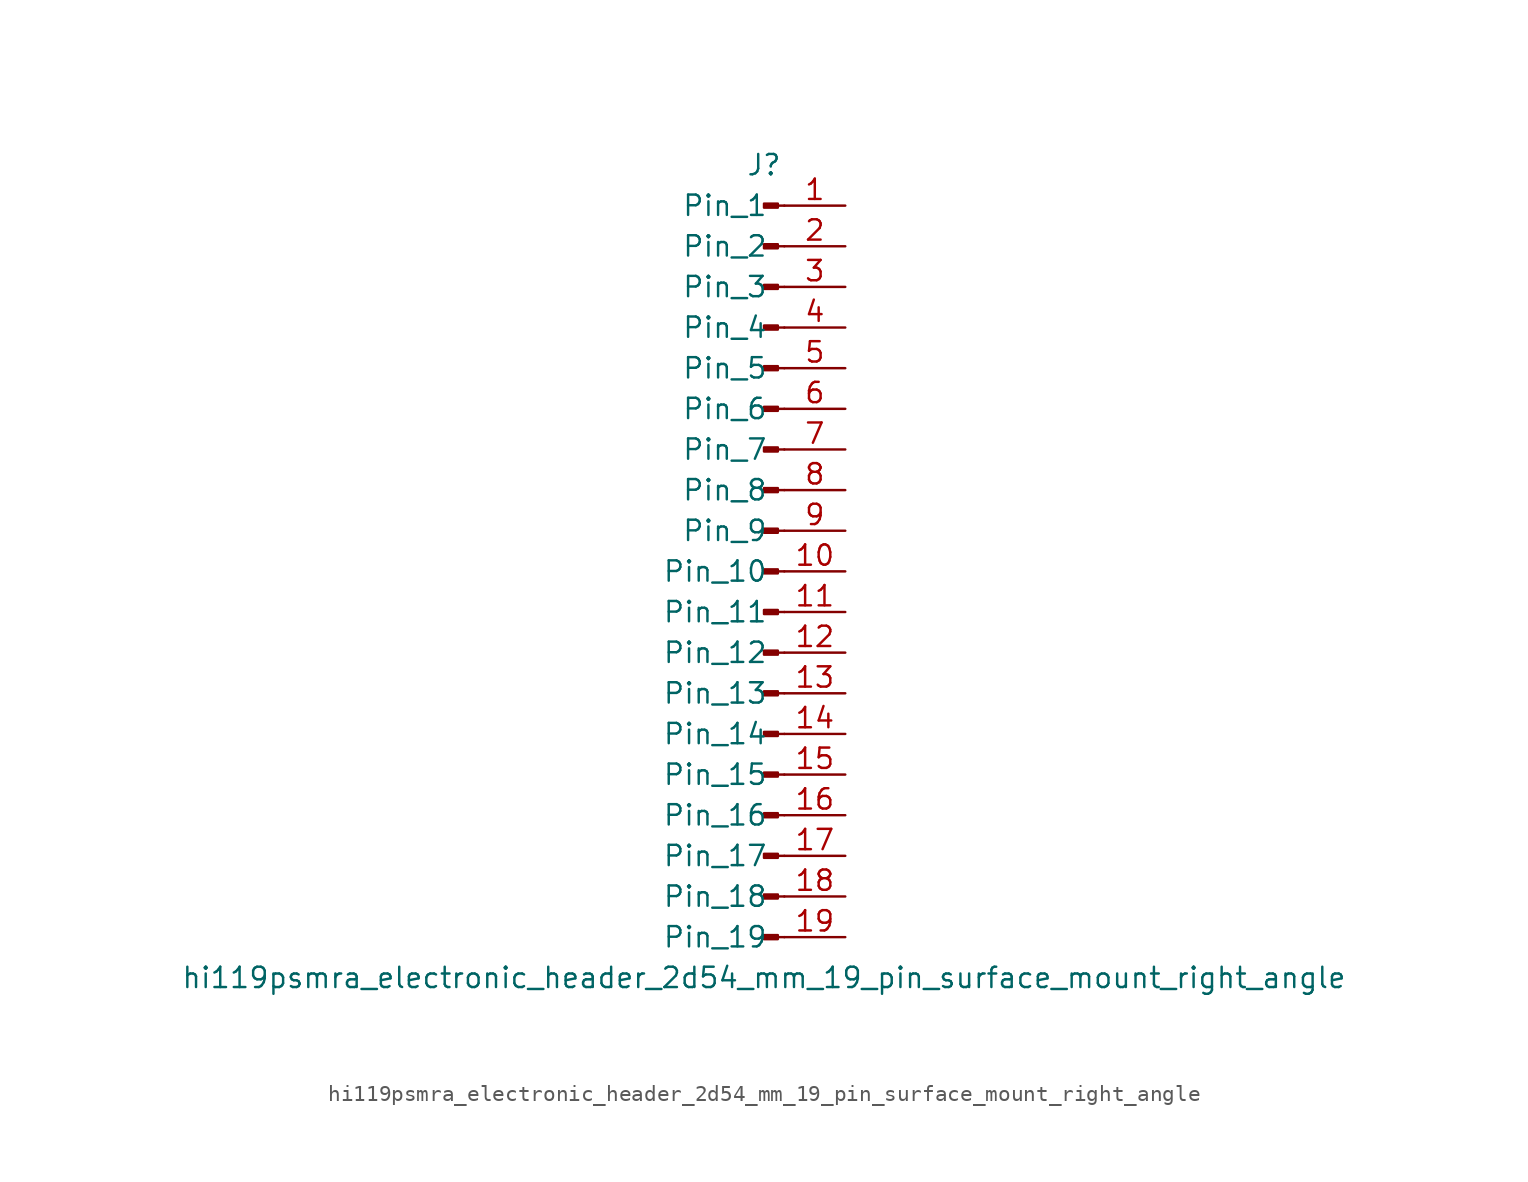
<source format=kicad_sym>
(kicad_symbol_lib
  (version 20220914)
  (generator kicad_symbol_editor)
  (symbol "hi119psmra_electronic_header_2d54_mm_19_pin_surface_mount_right_angle"
    (pin_names
      (offset 1.016))
    (property "Reference" "J"
      (at 0 25.4 0)
      (effects (font (size 1.27 1.27))))
    (property "Value" "hi119psmra_electronic_header_2d54_mm_19_pin_surface_mount_right_angle"
      (at 0 -25.4 0)
      (effects (font (size 1.27 1.27))))
    (property "ki_locked" ""
      (at 0 0 0)
      (effects (font (size 1.27 1.27))))
    (symbol "hi119psmra_electronic_header_2d54_mm_19_pin_surface_mount_right_angle_1_1"
      (polyline (pts (xy 1.27 -22.86) (xy 0.864 -22.86)) (stroke (width 0.152) (type default)) (fill (type none)))
      (polyline (pts (xy 1.27 -20.32) (xy 0.864 -20.32)) (stroke (width 0.152) (type default)) (fill (type none)))
      (polyline (pts (xy 1.27 -17.78) (xy 0.864 -17.78)) (stroke (width 0.152) (type default)) (fill (type none)))
      (polyline (pts (xy 1.27 -15.24) (xy 0.864 -15.24)) (stroke (width 0.152) (type default)) (fill (type none)))
      (polyline (pts (xy 1.27 -12.7) (xy 0.864 -12.7)) (stroke (width 0.152) (type default)) (fill (type none)))
      (polyline (pts (xy 1.27 -10.16) (xy 0.864 -10.16)) (stroke (width 0.152) (type default)) (fill (type none)))
      (polyline (pts (xy 1.27 -7.62) (xy 0.864 -7.62)) (stroke (width 0.152) (type default)) (fill (type none)))
      (polyline (pts (xy 1.27 -5.08) (xy 0.864 -5.08)) (stroke (width 0.152) (type default)) (fill (type none)))
      (polyline (pts (xy 1.27 -2.54) (xy 0.864 -2.54)) (stroke (width 0.152) (type default)) (fill (type none)))
      (polyline (pts (xy 1.27 0) (xy 0.864 0)) (stroke (width 0.152) (type default)) (fill (type none)))
      (polyline (pts (xy 1.27 2.54) (xy 0.864 2.54)) (stroke (width 0.152) (type default)) (fill (type none)))
      (polyline (pts (xy 1.27 5.08) (xy 0.864 5.08)) (stroke (width 0.152) (type default)) (fill (type none)))
      (polyline (pts (xy 1.27 7.62) (xy 0.864 7.62)) (stroke (width 0.152) (type default)) (fill (type none)))
      (polyline (pts (xy 1.27 10.16) (xy 0.864 10.16)) (stroke (width 0.152) (type default)) (fill (type none)))
      (polyline (pts (xy 1.27 12.7) (xy 0.864 12.7)) (stroke (width 0.152) (type default)) (fill (type none)))
      (polyline (pts (xy 1.27 15.24) (xy 0.864 15.24)) (stroke (width 0.152) (type default)) (fill (type none)))
      (polyline (pts (xy 1.27 17.78) (xy 0.864 17.78)) (stroke (width 0.152) (type default)) (fill (type none)))
      (polyline (pts (xy 1.27 20.32) (xy 0.864 20.32)) (stroke (width 0.152) (type default)) (fill (type none)))
      (polyline (pts (xy 1.27 22.86) (xy 0.864 22.86)) (stroke (width 0.152) (type default)) (fill (type none)))
      (rectangle (start 0.864 -22.733) (end 0 -22.987) (stroke (width 0.152) (type default)) (fill (type outline)))
      (rectangle (start 0.864 -20.193) (end 0 -20.447) (stroke (width 0.152) (type default)) (fill (type outline)))
      (rectangle (start 0.864 -17.653) (end 0 -17.907) (stroke (width 0.152) (type default)) (fill (type outline)))
      (rectangle (start 0.864 -15.113) (end 0 -15.367) (stroke (width 0.152) (type default)) (fill (type outline)))
      (rectangle (start 0.864 -12.573) (end 0 -12.827) (stroke (width 0.152) (type default)) (fill (type outline)))
      (rectangle (start 0.864 -10.033) (end 0 -10.287) (stroke (width 0.152) (type default)) (fill (type outline)))
      (rectangle (start 0.864 -7.493) (end 0 -7.747) (stroke (width 0.152) (type default)) (fill (type outline)))
      (rectangle (start 0.864 -4.953) (end 0 -5.207) (stroke (width 0.152) (type default)) (fill (type outline)))
      (rectangle (start 0.864 -2.413) (end 0 -2.667) (stroke (width 0.152) (type default)) (fill (type outline)))
      (rectangle (start 0.864 0.127) (end 0 -0.127) (stroke (width 0.152) (type default)) (fill (type outline)))
      (rectangle (start 0.864 2.667) (end 0 2.413) (stroke (width 0.152) (type default)) (fill (type outline)))
      (rectangle (start 0.864 5.207) (end 0 4.953) (stroke (width 0.152) (type default)) (fill (type outline)))
      (rectangle (start 0.864 7.747) (end 0 7.493) (stroke (width 0.152) (type default)) (fill (type outline)))
      (rectangle (start 0.864 10.287) (end 0 10.033) (stroke (width 0.152) (type default)) (fill (type outline)))
      (rectangle (start 0.864 12.827) (end 0 12.573) (stroke (width 0.152) (type default)) (fill (type outline)))
      (rectangle (start 0.864 15.367) (end 0 15.113) (stroke (width 0.152) (type default)) (fill (type outline)))
      (rectangle (start 0.864 17.907) (end 0 17.653) (stroke (width 0.152) (type default)) (fill (type outline)))
      (rectangle (start 0.864 20.447) (end 0 20.193) (stroke (width 0.152) (type default)) (fill (type outline)))
      (rectangle (start 0.864 22.987) (end 0 22.733) (stroke (width 0.152) (type default)) (fill (type outline)))
      (pin passive line (at 5.08 22.86 180) (length 3.81) (name "Pin_1" (effects (font (size 1.27 1.27)))) (number "1" (effects (font (size 1.27 1.27)))))
      (pin passive line (at 5.08 0 180) (length 3.81) (name "Pin_10" (effects (font (size 1.27 1.27)))) (number "10" (effects (font (size 1.27 1.27)))))
      (pin passive line (at 5.08 -2.54 180) (length 3.81) (name "Pin_11" (effects (font (size 1.27 1.27)))) (number "11" (effects (font (size 1.27 1.27)))))
      (pin passive line (at 5.08 -5.08 180) (length 3.81) (name "Pin_12" (effects (font (size 1.27 1.27)))) (number "12" (effects (font (size 1.27 1.27)))))
      (pin passive line (at 5.08 -7.62 180) (length 3.81) (name "Pin_13" (effects (font (size 1.27 1.27)))) (number "13" (effects (font (size 1.27 1.27)))))
      (pin passive line (at 5.08 -10.16 180) (length 3.81) (name "Pin_14" (effects (font (size 1.27 1.27)))) (number "14" (effects (font (size 1.27 1.27)))))
      (pin passive line (at 5.08 -12.7 180) (length 3.81) (name "Pin_15" (effects (font (size 1.27 1.27)))) (number "15" (effects (font (size 1.27 1.27)))))
      (pin passive line (at 5.08 -15.24 180) (length 3.81) (name "Pin_16" (effects (font (size 1.27 1.27)))) (number "16" (effects (font (size 1.27 1.27)))))
      (pin passive line (at 5.08 -17.78 180) (length 3.81) (name "Pin_17" (effects (font (size 1.27 1.27)))) (number "17" (effects (font (size 1.27 1.27)))))
      (pin passive line (at 5.08 -20.32 180) (length 3.81) (name "Pin_18" (effects (font (size 1.27 1.27)))) (number "18" (effects (font (size 1.27 1.27)))))
      (pin passive line (at 5.08 -22.86 180) (length 3.81) (name "Pin_19" (effects (font (size 1.27 1.27)))) (number "19" (effects (font (size 1.27 1.27)))))
      (pin passive line (at 5.08 20.32 180) (length 3.81) (name "Pin_2" (effects (font (size 1.27 1.27)))) (number "2" (effects (font (size 1.27 1.27)))))
      (pin passive line (at 5.08 17.78 180) (length 3.81) (name "Pin_3" (effects (font (size 1.27 1.27)))) (number "3" (effects (font (size 1.27 1.27)))))
      (pin passive line (at 5.08 15.24 180) (length 3.81) (name "Pin_4" (effects (font (size 1.27 1.27)))) (number "4" (effects (font (size 1.27 1.27)))))
      (pin passive line (at 5.08 12.7 180) (length 3.81) (name "Pin_5" (effects (font (size 1.27 1.27)))) (number "5" (effects (font (size 1.27 1.27)))))
      (pin passive line (at 5.08 10.16 180) (length 3.81) (name "Pin_6" (effects (font (size 1.27 1.27)))) (number "6" (effects (font (size 1.27 1.27)))))
      (pin passive line (at 5.08 7.62 180) (length 3.81) (name "Pin_7" (effects (font (size 1.27 1.27)))) (number "7" (effects (font (size 1.27 1.27)))))
      (pin passive line (at 5.08 5.08 180) (length 3.81) (name "Pin_8" (effects (font (size 1.27 1.27)))) (number "8" (effects (font (size 1.27 1.27)))))
      (pin passive line (at 5.08 2.54 180) (length 3.81) (name "Pin_9" (effects (font (size 1.27 1.27)))) (number "9" (effects (font (size 1.27 1.27))))))))
</source>
